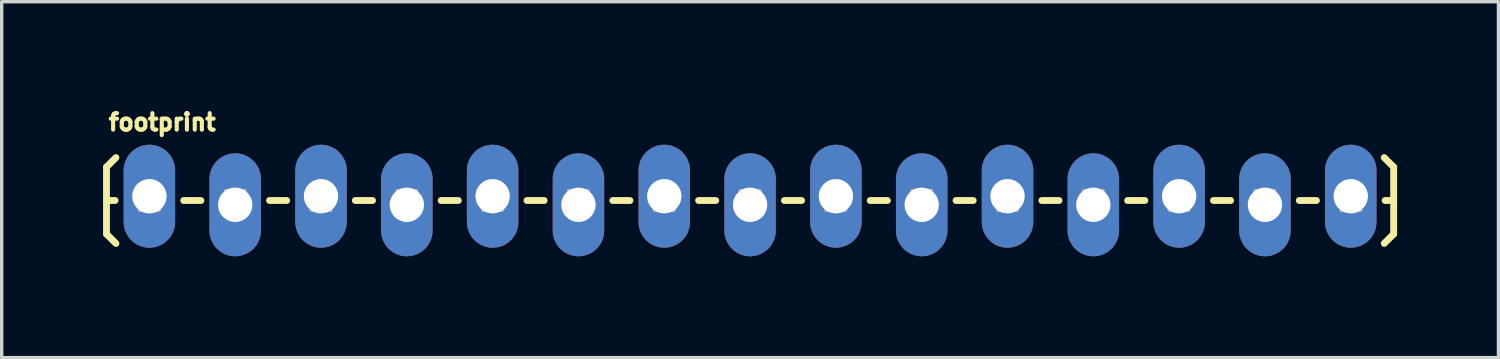
<source format=kicad_pcb>
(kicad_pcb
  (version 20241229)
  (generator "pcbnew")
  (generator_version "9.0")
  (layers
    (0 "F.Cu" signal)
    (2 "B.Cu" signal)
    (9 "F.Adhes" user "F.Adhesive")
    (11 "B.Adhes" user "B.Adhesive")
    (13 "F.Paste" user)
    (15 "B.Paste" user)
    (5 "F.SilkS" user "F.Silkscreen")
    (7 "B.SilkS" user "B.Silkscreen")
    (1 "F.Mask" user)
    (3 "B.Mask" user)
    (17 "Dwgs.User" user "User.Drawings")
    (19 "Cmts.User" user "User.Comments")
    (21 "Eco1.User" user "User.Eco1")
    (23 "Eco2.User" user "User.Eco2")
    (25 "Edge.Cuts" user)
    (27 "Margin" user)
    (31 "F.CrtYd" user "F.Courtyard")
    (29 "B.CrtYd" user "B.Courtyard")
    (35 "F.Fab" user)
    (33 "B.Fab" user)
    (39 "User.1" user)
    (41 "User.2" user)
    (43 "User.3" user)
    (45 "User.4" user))
  (footprint "footprint"
    (layer "F.Cu")
    (at 1.372 2.885)
    (property "Reference" "footprint" (at -1.27 -2.032 0) (layer "F.SilkS") (effects (font (size 0.488 0.488) (thickness 0.122)) (justify left bottom)))
    (fp_line (start -1.27 -0.991) (end -0.991 -1.27) (stroke (width 0.203) (type solid)) (layer "F.SilkS"))
    (fp_line (start -1.27 0) (end -1.27 -0.991) (stroke (width 0.203) (type solid)) (layer "F.SilkS"))
    (fp_line (start -1.27 0) (end -1.27 0.991) (stroke (width 0.203) (type solid)) (layer "F.SilkS"))
    (fp_line (start -1.27 0) (end -1.016 0) (stroke (width 0.203) (type solid)) (layer "F.SilkS"))
    (fp_line (start -1.27 0.991) (end -0.991 1.27) (stroke (width 0.203) (type solid)) (layer "F.SilkS"))
    (fp_line (start 1.524 0) (end 1.016 0) (stroke (width 0.203) (type solid)) (layer "F.SilkS"))
    (fp_line (start 4.064 0) (end 3.556 0) (stroke (width 0.203) (type solid)) (layer "F.SilkS"))
    (fp_line (start 6.604 0) (end 6.096 0) (stroke (width 0.203) (type solid)) (layer "F.SilkS"))
    (fp_line (start 9.144 0) (end 8.636 0) (stroke (width 0.203) (type solid)) (layer "F.SilkS"))
    (fp_line (start 11.684 0) (end 11.176 0) (stroke (width 0.203) (type solid)) (layer "F.SilkS"))
    (fp_line (start 14.224 0) (end 13.716 0) (stroke (width 0.203) (type solid)) (layer "F.SilkS"))
    (fp_line (start 16.764 0) (end 16.256 0) (stroke (width 0.203) (type solid)) (layer "F.SilkS"))
    (fp_line (start 19.304 0) (end 18.796 0) (stroke (width 0.203) (type solid)) (layer "F.SilkS"))
    (fp_line (start 21.844 0) (end 21.336 0) (stroke (width 0.203) (type solid)) (layer "F.SilkS"))
    (fp_line (start 24.384 0) (end 23.876 0) (stroke (width 0.203) (type solid)) (layer "F.SilkS"))
    (fp_line (start 26.924 0) (end 26.416 0) (stroke (width 0.203) (type solid)) (layer "F.SilkS"))
    (fp_line (start 29.464 0) (end 28.956 0) (stroke (width 0.203) (type solid)) (layer "F.SilkS"))
    (fp_line (start 32.004 0) (end 31.496 0) (stroke (width 0.203) (type solid)) (layer "F.SilkS"))
    (fp_line (start 34.544 0) (end 34.036 0) (stroke (width 0.203) (type solid)) (layer "F.SilkS"))
    (fp_line (start 36.83 -0.991) (end 36.551 -1.27) (stroke (width 0.203) (type solid)) (layer "F.SilkS"))
    (fp_line (start 36.83 0) (end 36.576 0) (stroke (width 0.203) (type solid)) (layer "F.SilkS"))
    (fp_line (start 36.83 0) (end 36.83 -0.991) (stroke (width 0.203) (type solid)) (layer "F.SilkS"))
    (fp_line (start 36.83 0) (end 36.83 0.991) (stroke (width 0.203) (type solid)) (layer "F.SilkS"))
    (fp_line (start 36.83 0.991) (end 36.551 1.27) (stroke (width 0.203) (type solid)) (layer "F.SilkS"))
    (fp_poly (pts (xy -0.292 0.292) (xy 0.292 0.292) (xy 0.292 -0.292) (xy -0.292 -0.292)) (stroke (width 0.1) (type solid)) (fill no) (layer "F.Fab"))
    (fp_poly (pts (xy 2.248 0.292) (xy 2.832 0.292) (xy 2.832 -0.292) (xy 2.248 -0.292)) (stroke (width 0.1) (type solid)) (fill no) (layer "F.Fab"))
    (fp_poly (pts (xy 4.788 0.292) (xy 5.372 0.292) (xy 5.372 -0.292) (xy 4.788 -0.292)) (stroke (width 0.1) (type solid)) (fill no) (layer "F.Fab"))
    (fp_poly (pts (xy 7.912 0.292) (xy 7.912 -0.292) (xy 7.328 -0.292) (xy 7.328 0.292)) (stroke (width 0.1) (type solid)) (fill no) (layer "F.Fab"))
    (fp_poly (pts (xy 9.868 0.292) (xy 10.452 0.292) (xy 10.452 -0.292) (xy 9.868 -0.292)) (stroke (width 0.1) (type solid)) (fill no) (layer "F.Fab"))
    (fp_poly (pts (xy 12.408 0.292) (xy 12.992 0.292) (xy 12.992 -0.292) (xy 12.408 -0.292)) (stroke (width 0.1) (type solid)) (fill no) (layer "F.Fab"))
    (fp_poly (pts (xy 14.948 0.292) (xy 15.532 0.292) (xy 15.532 -0.292) (xy 14.948 -0.292)) (stroke (width 0.1) (type solid)) (fill no) (layer "F.Fab"))
    (fp_poly (pts (xy 17.488 0.292) (xy 18.072 0.292) (xy 18.072 -0.292) (xy 17.488 -0.292)) (stroke (width 0.1) (type solid)) (fill no) (layer "F.Fab"))
    (fp_poly (pts (xy 20.028 0.292) (xy 20.612 0.292) (xy 20.612 -0.292) (xy 20.028 -0.292)) (stroke (width 0.1) (type solid)) (fill no) (layer "F.Fab"))
    (fp_poly (pts (xy 23.152 0.292) (xy 23.152 -0.292) (xy 22.568 -0.292) (xy 22.568 0.292)) (stroke (width 0.1) (type solid)) (fill no) (layer "F.Fab"))
    (fp_poly (pts (xy 25.108 0.292) (xy 25.692 0.292) (xy 25.692 -0.292) (xy 25.108 -0.292)) (stroke (width 0.1) (type solid)) (fill no) (layer "F.Fab"))
    (fp_poly (pts (xy 27.648 0.292) (xy 28.232 0.292) (xy 28.232 -0.292) (xy 27.648 -0.292)) (stroke (width 0.1) (type solid)) (fill no) (layer "F.Fab"))
    (fp_poly (pts (xy 30.188 0.292) (xy 30.772 0.292) (xy 30.772 -0.292) (xy 30.188 -0.292)) (stroke (width 0.1) (type solid)) (fill no) (layer "F.Fab"))
    (fp_poly (pts (xy 32.728 0.292) (xy 33.312 0.292) (xy 33.312 -0.292) (xy 32.728 -0.292)) (stroke (width 0.1) (type solid)) (fill no) (layer "F.Fab"))
    (fp_poly (pts (xy 35.268 0.292) (xy 35.852 0.292) (xy 35.852 -0.292) (xy 35.268 -0.292)) (stroke (width 0.1) (type solid)) (fill no) (layer "F.Fab"))
    (pad "1" thru_hole oval (at 0 -0.127 90) (size 3.048 1.524) (drill 1.016) (layers "*.Cu" "*.Mask"))
    (pad "2" thru_hole oval (at 2.54 0.127 90) (size 3.048 1.524) (drill 1.016) (layers "*.Cu" "*.Mask"))
    (pad "3" thru_hole oval (at 5.08 -0.127 90) (size 3.048 1.524) (drill 1.016) (layers "*.Cu" "*.Mask"))
    (pad "4" thru_hole oval (at 7.62 0.127 90) (size 3.048 1.524) (drill 1.016) (layers "*.Cu" "*.Mask"))
    (pad "5" thru_hole oval (at 10.16 -0.127 90) (size 3.048 1.524) (drill 1.016) (layers "*.Cu" "*.Mask"))
    (pad "6" thru_hole oval (at 12.7 0.127 90) (size 3.048 1.524) (drill 1.016) (layers "*.Cu" "*.Mask"))
    (pad "7" thru_hole oval (at 15.24 -0.127 90) (size 3.048 1.524) (drill 1.016) (layers "*.Cu" "*.Mask"))
    (pad "8" thru_hole oval (at 17.78 0.127 90) (size 3.048 1.524) (drill 1.016) (layers "*.Cu" "*.Mask"))
    (pad "9" thru_hole oval (at 20.32 -0.127 90) (size 3.048 1.524) (drill 1.016) (layers "*.Cu" "*.Mask"))
    (pad "10" thru_hole oval (at 22.86 0.127 90) (size 3.048 1.524) (drill 1.016) (layers "*.Cu" "*.Mask"))
    (pad "11" thru_hole oval (at 25.4 -0.127 90) (size 3.048 1.524) (drill 1.016) (layers "*.Cu" "*.Mask"))
    (pad "12" thru_hole oval (at 27.94 0.127 90) (size 3.048 1.524) (drill 1.016) (layers "*.Cu" "*.Mask"))
    (pad "13" thru_hole oval (at 30.48 -0.127 90) (size 3.048 1.524) (drill 1.016) (layers "*.Cu" "*.Mask"))
    (pad "14" thru_hole oval (at 33.02 0.127 90) (size 3.048 1.524) (drill 1.016) (layers "*.Cu" "*.Mask"))
    (pad "15" thru_hole oval (at 35.56 -0.127 90) (size 3.048 1.524) (drill 1.016) (layers "*.Cu" "*.Mask")))
  (gr_rect
    (start -3 -3)
    (end 41.303 7.536)
    (stroke (width 0.1) (type default))
    (fill no)
    (layer "Edge.Cuts")))
</source>
